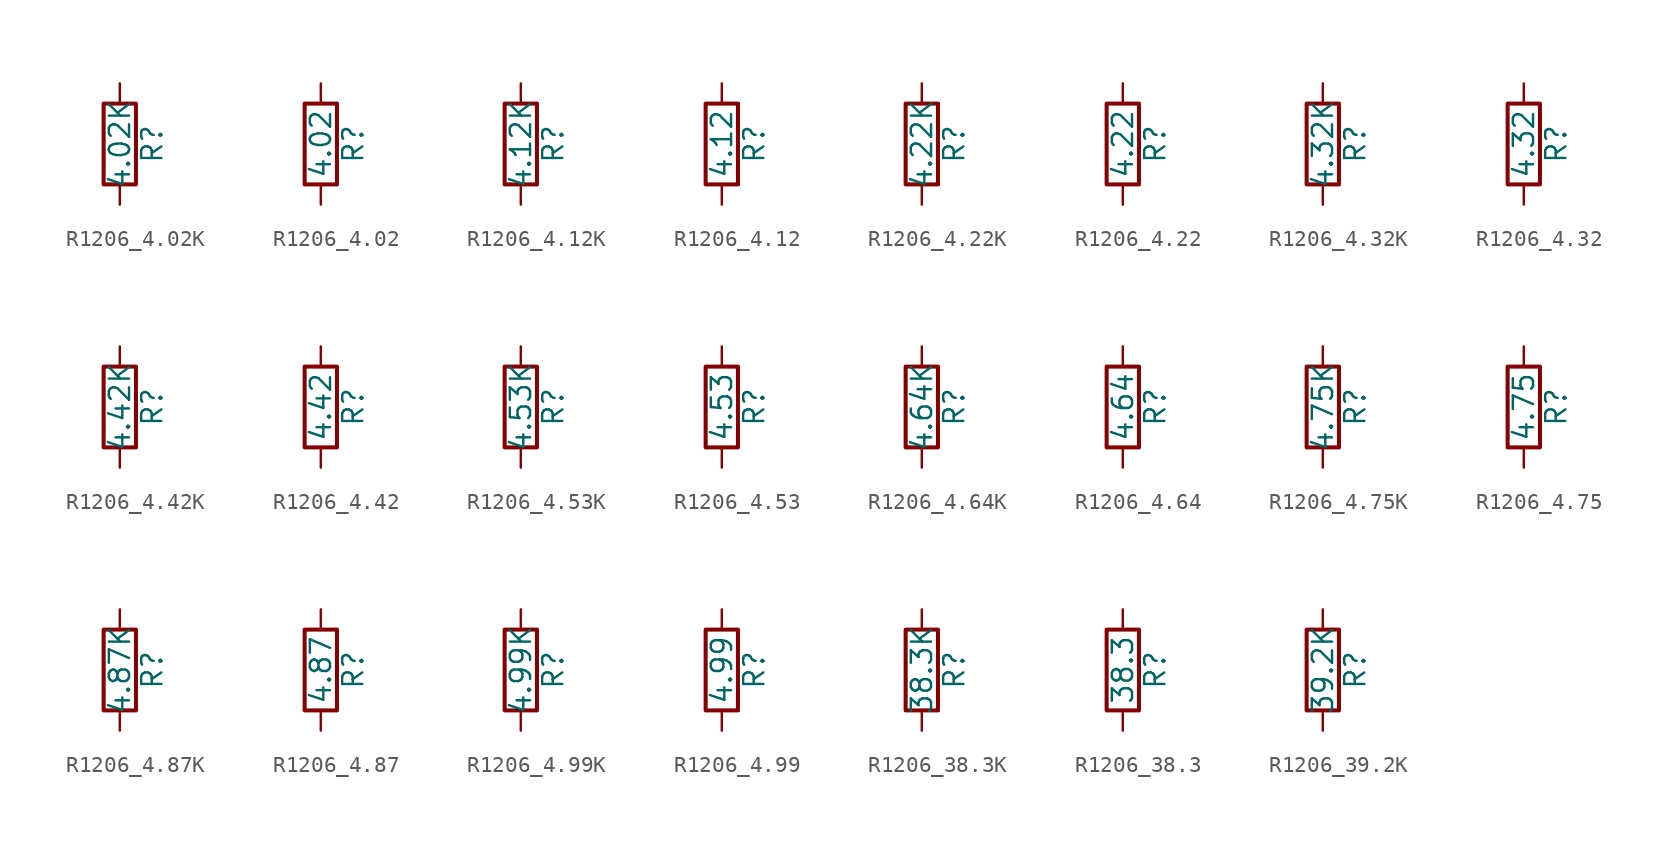
<source format=kicad_sym>
(kicad_symbol_lib
  (version 20211014)
  (generator atlantix-eda)
  (symbol "R1206_4.02K"
    (pin_numbers hide)
    (pin_names
      (offset 0))
    (property "Reference" "R"
      (at 2.032 0 90)
      (effects (font (size 1.27 1.27))))
    (property "Value" "4.02K"
      (at 0 0 90)
      (effects (font (size 1.27 1.27))))
    (symbol "R1206_4.02K_0_1"
      (rectangle (start -1.016 -2.54) (end 1.016 2.54) (stroke (width 0.254) (type default) (color 0 0 0 0)) (fill (type none))))
    (symbol "R1206_4.02K_1_1"
      (pin passive line (at 0 3.81 270) (length 1.27) (name "~" (effects (font (size 1.27 1.27)))) (number "1" (effects (font (size 1.27 1.27)))))
      (pin passive line (at 0 -3.81 90) (length 1.27) (name "~" (effects (font (size 1.27 1.27)))) (number "2" (effects (font (size 1.27 1.27)))))))
  (symbol "R1206_4.02"
    (pin_numbers hide)
    (pin_names
      (offset 0))
    (property "Reference" "R"
      (at 2.032 0 90)
      (effects (font (size 1.27 1.27))))
    (property "Value" "4.02"
      (at 0 0 90)
      (effects (font (size 1.27 1.27))))
    (symbol "R1206_4.02_0_1"
      (rectangle (start -1.016 -2.54) (end 1.016 2.54) (stroke (width 0.254) (type default) (color 0 0 0 0)) (fill (type none))))
    (symbol "R1206_4.02_1_1"
      (pin passive line (at 0 3.81 270) (length 1.27) (name "~" (effects (font (size 1.27 1.27)))) (number "1" (effects (font (size 1.27 1.27)))))
      (pin passive line (at 0 -3.81 90) (length 1.27) (name "~" (effects (font (size 1.27 1.27)))) (number "2" (effects (font (size 1.27 1.27)))))))
  (symbol "R1206_4.12K"
    (pin_numbers hide)
    (pin_names
      (offset 0))
    (property "Reference" "R"
      (at 2.032 0 90)
      (effects (font (size 1.27 1.27))))
    (property "Value" "4.12K"
      (at 0 0 90)
      (effects (font (size 1.27 1.27))))
    (symbol "R1206_4.12K_0_1"
      (rectangle (start -1.016 -2.54) (end 1.016 2.54) (stroke (width 0.254) (type default) (color 0 0 0 0)) (fill (type none))))
    (symbol "R1206_4.12K_1_1"
      (pin passive line (at 0 3.81 270) (length 1.27) (name "~" (effects (font (size 1.27 1.27)))) (number "1" (effects (font (size 1.27 1.27)))))
      (pin passive line (at 0 -3.81 90) (length 1.27) (name "~" (effects (font (size 1.27 1.27)))) (number "2" (effects (font (size 1.27 1.27)))))))
  (symbol "R1206_4.12"
    (pin_numbers hide)
    (pin_names
      (offset 0))
    (property "Reference" "R"
      (at 2.032 0 90)
      (effects (font (size 1.27 1.27))))
    (property "Value" "4.12"
      (at 0 0 90)
      (effects (font (size 1.27 1.27))))
    (symbol "R1206_4.12_0_1"
      (rectangle (start -1.016 -2.54) (end 1.016 2.54) (stroke (width 0.254) (type default) (color 0 0 0 0)) (fill (type none))))
    (symbol "R1206_4.12_1_1"
      (pin passive line (at 0 3.81 270) (length 1.27) (name "~" (effects (font (size 1.27 1.27)))) (number "1" (effects (font (size 1.27 1.27)))))
      (pin passive line (at 0 -3.81 90) (length 1.27) (name "~" (effects (font (size 1.27 1.27)))) (number "2" (effects (font (size 1.27 1.27)))))))
  (symbol "R1206_4.22K"
    (pin_numbers hide)
    (pin_names
      (offset 0))
    (property "Reference" "R"
      (at 2.032 0 90)
      (effects (font (size 1.27 1.27))))
    (property "Value" "4.22K"
      (at 0 0 90)
      (effects (font (size 1.27 1.27))))
    (symbol "R1206_4.22K_0_1"
      (rectangle (start -1.016 -2.54) (end 1.016 2.54) (stroke (width 0.254) (type default) (color 0 0 0 0)) (fill (type none))))
    (symbol "R1206_4.22K_1_1"
      (pin passive line (at 0 3.81 270) (length 1.27) (name "~" (effects (font (size 1.27 1.27)))) (number "1" (effects (font (size 1.27 1.27)))))
      (pin passive line (at 0 -3.81 90) (length 1.27) (name "~" (effects (font (size 1.27 1.27)))) (number "2" (effects (font (size 1.27 1.27)))))))
  (symbol "R1206_4.22"
    (pin_numbers hide)
    (pin_names
      (offset 0))
    (property "Reference" "R"
      (at 2.032 0 90)
      (effects (font (size 1.27 1.27))))
    (property "Value" "4.22"
      (at 0 0 90)
      (effects (font (size 1.27 1.27))))
    (symbol "R1206_4.22_0_1"
      (rectangle (start -1.016 -2.54) (end 1.016 2.54) (stroke (width 0.254) (type default) (color 0 0 0 0)) (fill (type none))))
    (symbol "R1206_4.22_1_1"
      (pin passive line (at 0 3.81 270) (length 1.27) (name "~" (effects (font (size 1.27 1.27)))) (number "1" (effects (font (size 1.27 1.27)))))
      (pin passive line (at 0 -3.81 90) (length 1.27) (name "~" (effects (font (size 1.27 1.27)))) (number "2" (effects (font (size 1.27 1.27)))))))
  (symbol "R1206_4.32K"
    (pin_numbers hide)
    (pin_names
      (offset 0))
    (property "Reference" "R"
      (at 2.032 0 90)
      (effects (font (size 1.27 1.27))))
    (property "Value" "4.32K"
      (at 0 0 90)
      (effects (font (size 1.27 1.27))))
    (symbol "R1206_4.32K_0_1"
      (rectangle (start -1.016 -2.54) (end 1.016 2.54) (stroke (width 0.254) (type default) (color 0 0 0 0)) (fill (type none))))
    (symbol "R1206_4.32K_1_1"
      (pin passive line (at 0 3.81 270) (length 1.27) (name "~" (effects (font (size 1.27 1.27)))) (number "1" (effects (font (size 1.27 1.27)))))
      (pin passive line (at 0 -3.81 90) (length 1.27) (name "~" (effects (font (size 1.27 1.27)))) (number "2" (effects (font (size 1.27 1.27)))))))
  (symbol "R1206_4.32"
    (pin_numbers hide)
    (pin_names
      (offset 0))
    (property "Reference" "R"
      (at 2.032 0 90)
      (effects (font (size 1.27 1.27))))
    (property "Value" "4.32"
      (at 0 0 90)
      (effects (font (size 1.27 1.27))))
    (symbol "R1206_4.32_0_1"
      (rectangle (start -1.016 -2.54) (end 1.016 2.54) (stroke (width 0.254) (type default) (color 0 0 0 0)) (fill (type none))))
    (symbol "R1206_4.32_1_1"
      (pin passive line (at 0 3.81 270) (length 1.27) (name "~" (effects (font (size 1.27 1.27)))) (number "1" (effects (font (size 1.27 1.27)))))
      (pin passive line (at 0 -3.81 90) (length 1.27) (name "~" (effects (font (size 1.27 1.27)))) (number "2" (effects (font (size 1.27 1.27)))))))
  (symbol "R1206_4.42K"
    (pin_numbers hide)
    (pin_names
      (offset 0))
    (property "Reference" "R"
      (at 2.032 0 90)
      (effects (font (size 1.27 1.27))))
    (property "Value" "4.42K"
      (at 0 0 90)
      (effects (font (size 1.27 1.27))))
    (symbol "R1206_4.42K_0_1"
      (rectangle (start -1.016 -2.54) (end 1.016 2.54) (stroke (width 0.254) (type default) (color 0 0 0 0)) (fill (type none))))
    (symbol "R1206_4.42K_1_1"
      (pin passive line (at 0 3.81 270) (length 1.27) (name "~" (effects (font (size 1.27 1.27)))) (number "1" (effects (font (size 1.27 1.27)))))
      (pin passive line (at 0 -3.81 90) (length 1.27) (name "~" (effects (font (size 1.27 1.27)))) (number "2" (effects (font (size 1.27 1.27)))))))
  (symbol "R1206_4.42"
    (pin_numbers hide)
    (pin_names
      (offset 0))
    (property "Reference" "R"
      (at 2.032 0 90)
      (effects (font (size 1.27 1.27))))
    (property "Value" "4.42"
      (at 0 0 90)
      (effects (font (size 1.27 1.27))))
    (symbol "R1206_4.42_0_1"
      (rectangle (start -1.016 -2.54) (end 1.016 2.54) (stroke (width 0.254) (type default) (color 0 0 0 0)) (fill (type none))))
    (symbol "R1206_4.42_1_1"
      (pin passive line (at 0 3.81 270) (length 1.27) (name "~" (effects (font (size 1.27 1.27)))) (number "1" (effects (font (size 1.27 1.27)))))
      (pin passive line (at 0 -3.81 90) (length 1.27) (name "~" (effects (font (size 1.27 1.27)))) (number "2" (effects (font (size 1.27 1.27)))))))
  (symbol "R1206_4.53K"
    (pin_numbers hide)
    (pin_names
      (offset 0))
    (property "Reference" "R"
      (at 2.032 0 90)
      (effects (font (size 1.27 1.27))))
    (property "Value" "4.53K"
      (at 0 0 90)
      (effects (font (size 1.27 1.27))))
    (symbol "R1206_4.53K_0_1"
      (rectangle (start -1.016 -2.54) (end 1.016 2.54) (stroke (width 0.254) (type default) (color 0 0 0 0)) (fill (type none))))
    (symbol "R1206_4.53K_1_1"
      (pin passive line (at 0 3.81 270) (length 1.27) (name "~" (effects (font (size 1.27 1.27)))) (number "1" (effects (font (size 1.27 1.27)))))
      (pin passive line (at 0 -3.81 90) (length 1.27) (name "~" (effects (font (size 1.27 1.27)))) (number "2" (effects (font (size 1.27 1.27)))))))
  (symbol "R1206_4.53"
    (pin_numbers hide)
    (pin_names
      (offset 0))
    (property "Reference" "R"
      (at 2.032 0 90)
      (effects (font (size 1.27 1.27))))
    (property "Value" "4.53"
      (at 0 0 90)
      (effects (font (size 1.27 1.27))))
    (symbol "R1206_4.53_0_1"
      (rectangle (start -1.016 -2.54) (end 1.016 2.54) (stroke (width 0.254) (type default) (color 0 0 0 0)) (fill (type none))))
    (symbol "R1206_4.53_1_1"
      (pin passive line (at 0 3.81 270) (length 1.27) (name "~" (effects (font (size 1.27 1.27)))) (number "1" (effects (font (size 1.27 1.27)))))
      (pin passive line (at 0 -3.81 90) (length 1.27) (name "~" (effects (font (size 1.27 1.27)))) (number "2" (effects (font (size 1.27 1.27)))))))
  (symbol "R1206_4.64K"
    (pin_numbers hide)
    (pin_names
      (offset 0))
    (property "Reference" "R"
      (at 2.032 0 90)
      (effects (font (size 1.27 1.27))))
    (property "Value" "4.64K"
      (at 0 0 90)
      (effects (font (size 1.27 1.27))))
    (symbol "R1206_4.64K_0_1"
      (rectangle (start -1.016 -2.54) (end 1.016 2.54) (stroke (width 0.254) (type default) (color 0 0 0 0)) (fill (type none))))
    (symbol "R1206_4.64K_1_1"
      (pin passive line (at 0 3.81 270) (length 1.27) (name "~" (effects (font (size 1.27 1.27)))) (number "1" (effects (font (size 1.27 1.27)))))
      (pin passive line (at 0 -3.81 90) (length 1.27) (name "~" (effects (font (size 1.27 1.27)))) (number "2" (effects (font (size 1.27 1.27)))))))
  (symbol "R1206_4.64"
    (pin_numbers hide)
    (pin_names
      (offset 0))
    (property "Reference" "R"
      (at 2.032 0 90)
      (effects (font (size 1.27 1.27))))
    (property "Value" "4.64"
      (at 0 0 90)
      (effects (font (size 1.27 1.27))))
    (symbol "R1206_4.64_0_1"
      (rectangle (start -1.016 -2.54) (end 1.016 2.54) (stroke (width 0.254) (type default) (color 0 0 0 0)) (fill (type none))))
    (symbol "R1206_4.64_1_1"
      (pin passive line (at 0 3.81 270) (length 1.27) (name "~" (effects (font (size 1.27 1.27)))) (number "1" (effects (font (size 1.27 1.27)))))
      (pin passive line (at 0 -3.81 90) (length 1.27) (name "~" (effects (font (size 1.27 1.27)))) (number "2" (effects (font (size 1.27 1.27)))))))
  (symbol "R1206_4.75K"
    (pin_numbers hide)
    (pin_names
      (offset 0))
    (property "Reference" "R"
      (at 2.032 0 90)
      (effects (font (size 1.27 1.27))))
    (property "Value" "4.75K"
      (at 0 0 90)
      (effects (font (size 1.27 1.27))))
    (symbol "R1206_4.75K_0_1"
      (rectangle (start -1.016 -2.54) (end 1.016 2.54) (stroke (width 0.254) (type default) (color 0 0 0 0)) (fill (type none))))
    (symbol "R1206_4.75K_1_1"
      (pin passive line (at 0 3.81 270) (length 1.27) (name "~" (effects (font (size 1.27 1.27)))) (number "1" (effects (font (size 1.27 1.27)))))
      (pin passive line (at 0 -3.81 90) (length 1.27) (name "~" (effects (font (size 1.27 1.27)))) (number "2" (effects (font (size 1.27 1.27)))))))
  (symbol "R1206_4.75"
    (pin_numbers hide)
    (pin_names
      (offset 0))
    (property "Reference" "R"
      (at 2.032 0 90)
      (effects (font (size 1.27 1.27))))
    (property "Value" "4.75"
      (at 0 0 90)
      (effects (font (size 1.27 1.27))))
    (symbol "R1206_4.75_0_1"
      (rectangle (start -1.016 -2.54) (end 1.016 2.54) (stroke (width 0.254) (type default) (color 0 0 0 0)) (fill (type none))))
    (symbol "R1206_4.75_1_1"
      (pin passive line (at 0 3.81 270) (length 1.27) (name "~" (effects (font (size 1.27 1.27)))) (number "1" (effects (font (size 1.27 1.27)))))
      (pin passive line (at 0 -3.81 90) (length 1.27) (name "~" (effects (font (size 1.27 1.27)))) (number "2" (effects (font (size 1.27 1.27)))))))
  (symbol "R1206_4.87K"
    (pin_numbers hide)
    (pin_names
      (offset 0))
    (property "Reference" "R"
      (at 2.032 0 90)
      (effects (font (size 1.27 1.27))))
    (property "Value" "4.87K"
      (at 0 0 90)
      (effects (font (size 1.27 1.27))))
    (symbol "R1206_4.87K_0_1"
      (rectangle (start -1.016 -2.54) (end 1.016 2.54) (stroke (width 0.254) (type default) (color 0 0 0 0)) (fill (type none))))
    (symbol "R1206_4.87K_1_1"
      (pin passive line (at 0 3.81 270) (length 1.27) (name "~" (effects (font (size 1.27 1.27)))) (number "1" (effects (font (size 1.27 1.27)))))
      (pin passive line (at 0 -3.81 90) (length 1.27) (name "~" (effects (font (size 1.27 1.27)))) (number "2" (effects (font (size 1.27 1.27)))))))
  (symbol "R1206_4.87"
    (pin_numbers hide)
    (pin_names
      (offset 0))
    (property "Reference" "R"
      (at 2.032 0 90)
      (effects (font (size 1.27 1.27))))
    (property "Value" "4.87"
      (at 0 0 90)
      (effects (font (size 1.27 1.27))))
    (symbol "R1206_4.87_0_1"
      (rectangle (start -1.016 -2.54) (end 1.016 2.54) (stroke (width 0.254) (type default) (color 0 0 0 0)) (fill (type none))))
    (symbol "R1206_4.87_1_1"
      (pin passive line (at 0 3.81 270) (length 1.27) (name "~" (effects (font (size 1.27 1.27)))) (number "1" (effects (font (size 1.27 1.27)))))
      (pin passive line (at 0 -3.81 90) (length 1.27) (name "~" (effects (font (size 1.27 1.27)))) (number "2" (effects (font (size 1.27 1.27)))))))
  (symbol "R1206_4.99K"
    (pin_numbers hide)
    (pin_names
      (offset 0))
    (property "Reference" "R"
      (at 2.032 0 90)
      (effects (font (size 1.27 1.27))))
    (property "Value" "4.99K"
      (at 0 0 90)
      (effects (font (size 1.27 1.27))))
    (symbol "R1206_4.99K_0_1"
      (rectangle (start -1.016 -2.54) (end 1.016 2.54) (stroke (width 0.254) (type default) (color 0 0 0 0)) (fill (type none))))
    (symbol "R1206_4.99K_1_1"
      (pin passive line (at 0 3.81 270) (length 1.27) (name "~" (effects (font (size 1.27 1.27)))) (number "1" (effects (font (size 1.27 1.27)))))
      (pin passive line (at 0 -3.81 90) (length 1.27) (name "~" (effects (font (size 1.27 1.27)))) (number "2" (effects (font (size 1.27 1.27)))))))
  (symbol "R1206_4.99"
    (pin_numbers hide)
    (pin_names
      (offset 0))
    (property "Reference" "R"
      (at 2.032 0 90)
      (effects (font (size 1.27 1.27))))
    (property "Value" "4.99"
      (at 0 0 90)
      (effects (font (size 1.27 1.27))))
    (symbol "R1206_4.99_0_1"
      (rectangle (start -1.016 -2.54) (end 1.016 2.54) (stroke (width 0.254) (type default) (color 0 0 0 0)) (fill (type none))))
    (symbol "R1206_4.99_1_1"
      (pin passive line (at 0 3.81 270) (length 1.27) (name "~" (effects (font (size 1.27 1.27)))) (number "1" (effects (font (size 1.27 1.27)))))
      (pin passive line (at 0 -3.81 90) (length 1.27) (name "~" (effects (font (size 1.27 1.27)))) (number "2" (effects (font (size 1.27 1.27)))))))
  (symbol "R1206_38.3K"
    (pin_numbers hide)
    (pin_names
      (offset 0))
    (property "Reference" "R"
      (at 2.032 0 90)
      (effects (font (size 1.27 1.27))))
    (property "Value" "38.3K"
      (at 0 0 90)
      (effects (font (size 1.27 1.27))))
    (symbol "R1206_38.3K_0_1"
      (rectangle (start -1.016 -2.54) (end 1.016 2.54) (stroke (width 0.254) (type default) (color 0 0 0 0)) (fill (type none))))
    (symbol "R1206_38.3K_1_1"
      (pin passive line (at 0 3.81 270) (length 1.27) (name "~" (effects (font (size 1.27 1.27)))) (number "1" (effects (font (size 1.27 1.27)))))
      (pin passive line (at 0 -3.81 90) (length 1.27) (name "~" (effects (font (size 1.27 1.27)))) (number "2" (effects (font (size 1.27 1.27)))))))
  (symbol "R1206_38.3"
    (pin_numbers hide)
    (pin_names
      (offset 0))
    (property "Reference" "R"
      (at 2.032 0 90)
      (effects (font (size 1.27 1.27))))
    (property "Value" "38.3"
      (at 0 0 90)
      (effects (font (size 1.27 1.27))))
    (symbol "R1206_38.3_0_1"
      (rectangle (start -1.016 -2.54) (end 1.016 2.54) (stroke (width 0.254) (type default) (color 0 0 0 0)) (fill (type none))))
    (symbol "R1206_38.3_1_1"
      (pin passive line (at 0 3.81 270) (length 1.27) (name "~" (effects (font (size 1.27 1.27)))) (number "1" (effects (font (size 1.27 1.27)))))
      (pin passive line (at 0 -3.81 90) (length 1.27) (name "~" (effects (font (size 1.27 1.27)))) (number "2" (effects (font (size 1.27 1.27)))))))
  (symbol "R1206_39.2K"
    (pin_numbers hide)
    (pin_names
      (offset 0))
    (property "Reference" "R"
      (at 2.032 0 90)
      (effects (font (size 1.27 1.27))))
    (property "Value" "39.2K"
      (at 0 0 90)
      (effects (font (size 1.27 1.27))))
    (symbol "R1206_39.2K_0_1"
      (rectangle (start -1.016 -2.54) (end 1.016 2.54) (stroke (width 0.254) (type default) (color 0 0 0 0)) (fill (type none))))
    (symbol "R1206_39.2K_1_1"
      (pin passive line (at 0 3.81 270) (length 1.27) (name "~" (effects (font (size 1.27 1.27)))) (number "1" (effects (font (size 1.27 1.27)))))
      (pin passive line (at 0 -3.81 90) (length 1.27) (name "~" (effects (font (size 1.27 1.27)))) (number "2" (effects (font (size 1.27 1.27))))))))
</source>
